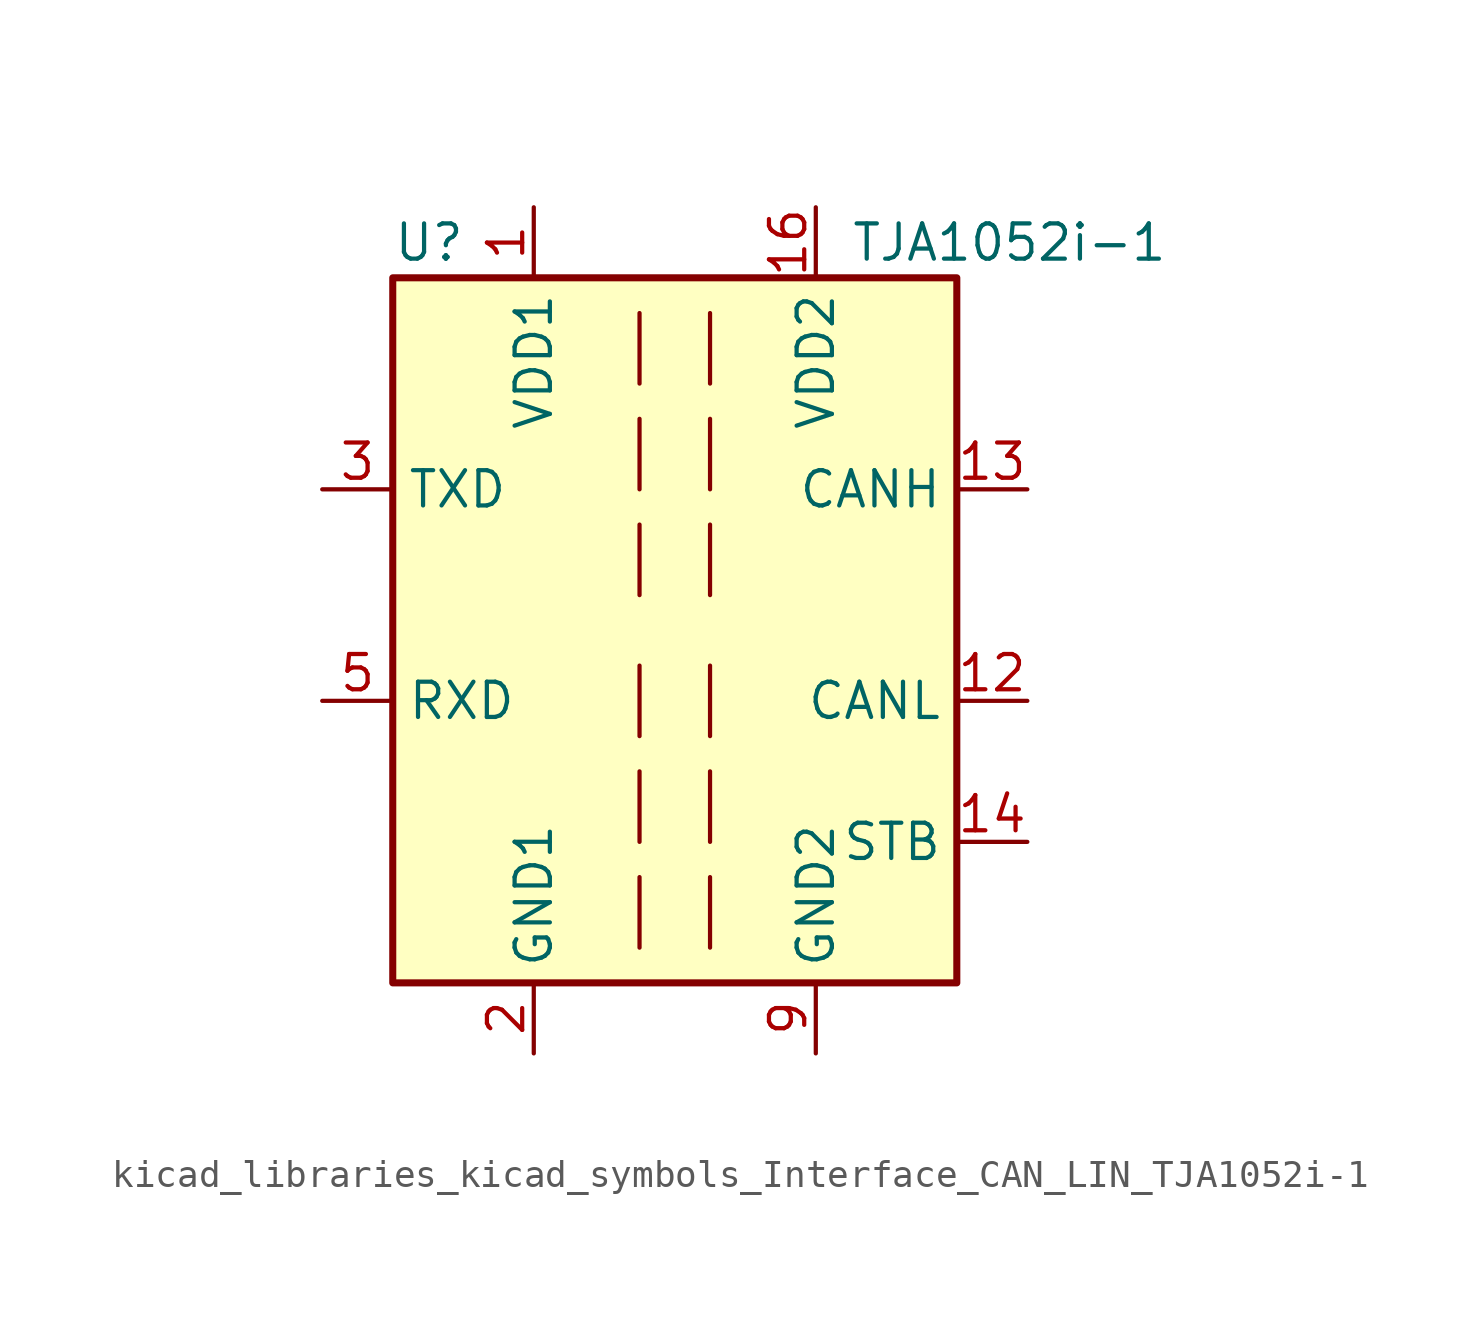
<source format=kicad_sym>
(kicad_symbol_lib
  (version 20220914)
  (generator kicad_symbol_editor)
  (symbol "kicad_libraries_kicad_symbols_Interface_CAN_LIN_TJA1052i-1"
    (property "Reference" "U"
      (at -10.16 13.97 0)
      (effects (font (size 1.27 1.27)) (justify left)))
    (property "Value" "TJA1052i-1"
      (at 17.78 13.97 0)
      (effects (font (size 1.27 1.27)) (justify right)))
    (symbol "kicad_libraries_kicad_symbols_Interface_CAN_LIN_TJA1052i-1_0_1"
      (rectangle (start -10.16 12.7) (end 10.16 -12.7) (stroke (width 0.254) (type default)) (fill (type background)))
      (polyline (pts (xy -1.27 -11.43) (xy -1.27 -8.89)) (stroke (width 0) (type default)) (fill (type none)))
      (polyline (pts (xy -1.27 3.81) (xy -1.27 1.27)) (stroke (width 0) (type default)) (fill (type none)))
      (polyline (pts (xy -1.27 7.62) (xy -1.27 5.08)) (stroke (width 0) (type default)) (fill (type none)))
      (polyline (pts (xy -1.27 11.43) (xy -1.27 8.89)) (stroke (width 0) (type default)) (fill (type none)))
      (polyline (pts (xy 1.27 -11.43) (xy 1.27 -8.89)) (stroke (width 0) (type default)) (fill (type none)))
      (polyline (pts (xy 1.27 -7.62) (xy 1.27 -5.08)) (stroke (width 0) (type default)) (fill (type none)))
      (polyline (pts (xy 1.27 -3.81) (xy 1.27 -1.27)) (stroke (width 0) (type default)) (fill (type none)))
      (polyline (pts (xy 1.27 1.27) (xy 1.27 3.81)) (stroke (width 0) (type default)) (fill (type none)))
      (polyline (pts (xy 1.27 5.08) (xy 1.27 7.62)) (stroke (width 0) (type default)) (fill (type none)))
      (polyline (pts (xy 1.27 8.89) (xy 1.27 11.43)) (stroke (width 0) (type default)) (fill (type none)))
      (polyline (pts (xy -1.27 -7.62) (xy -1.27 -6.35) (xy -1.27 -5.08)) (stroke (width 0) (type default)) (fill (type none)))
      (polyline (pts (xy -1.27 -3.81) (xy -1.27 -2.54) (xy -1.27 -1.27)) (stroke (width 0) (type default)) (fill (type none))))
    (symbol "kicad_libraries_kicad_symbols_Interface_CAN_LIN_TJA1052i-1_1_1"
      (pin power_in line (at -5.08 15.24 270) (length 2.54) (name "VDD1" (effects (font (size 1.27 1.27)))) (number "1" (effects (font (size 1.27 1.27)))))
      (pin passive line (at 5.08 -15.24 90) (length 2.54) hide (name "GND2" (effects (font (size 1.27 1.27)))) (number "10" (effects (font (size 1.27 1.27)))))
      (pin passive line (at 5.08 15.24 270) (length 2.54) hide (name "VDD2" (effects (font (size 1.27 1.27)))) (number "11" (effects (font (size 1.27 1.27)))))
      (pin bidirectional line (at 12.7 -2.54 180) (length 2.54) (name "CANL" (effects (font (size 1.27 1.27)))) (number "12" (effects (font (size 1.27 1.27)))))
      (pin bidirectional line (at 12.7 5.08 180) (length 2.54) (name "CANH" (effects (font (size 1.27 1.27)))) (number "13" (effects (font (size 1.27 1.27)))))
      (pin input line (at 12.7 -7.62 180) (length 2.54) (name "STB" (effects (font (size 1.27 1.27)))) (number "14" (effects (font (size 1.27 1.27)))))
      (pin passive line (at 5.08 -15.24 90) (length 2.54) hide (name "GND2" (effects (font (size 1.27 1.27)))) (number "15" (effects (font (size 1.27 1.27)))))
      (pin power_in line (at 5.08 15.24 270) (length 2.54) (name "VDD2" (effects (font (size 1.27 1.27)))) (number "16" (effects (font (size 1.27 1.27)))))
      (pin power_in line (at -5.08 -15.24 90) (length 2.54) (name "GND1" (effects (font (size 1.27 1.27)))) (number "2" (effects (font (size 1.27 1.27)))))
      (pin input line (at -12.7 5.08 0) (length 2.54) (name "TXD" (effects (font (size 1.27 1.27)))) (number "3" (effects (font (size 1.27 1.27)))))
      (pin no_connect line (at -10.16 -7.62 0) (length 2.54) hide (name "NC" (effects (font (size 1.27 1.27)))) (number "4" (effects (font (size 1.27 1.27)))))
      (pin output line (at -12.7 -2.54 0) (length 2.54) (name "RXD" (effects (font (size 1.27 1.27)))) (number "5" (effects (font (size 1.27 1.27)))))
      (pin no_connect line (at -10.16 -10.16 0) (length 2.54) hide (name "NC" (effects (font (size 1.27 1.27)))) (number "6" (effects (font (size 1.27 1.27)))))
      (pin passive line (at -5.08 -15.24 90) (length 2.54) hide (name "GND1" (effects (font (size 1.27 1.27)))) (number "7" (effects (font (size 1.27 1.27)))))
      (pin passive line (at -5.08 -15.24 90) (length 2.54) hide (name "GND1" (effects (font (size 1.27 1.27)))) (number "8" (effects (font (size 1.27 1.27)))))
      (pin power_in line (at 5.08 -15.24 90) (length 2.54) (name "GND2" (effects (font (size 1.27 1.27)))) (number "9" (effects (font (size 1.27 1.27))))))))
</source>
